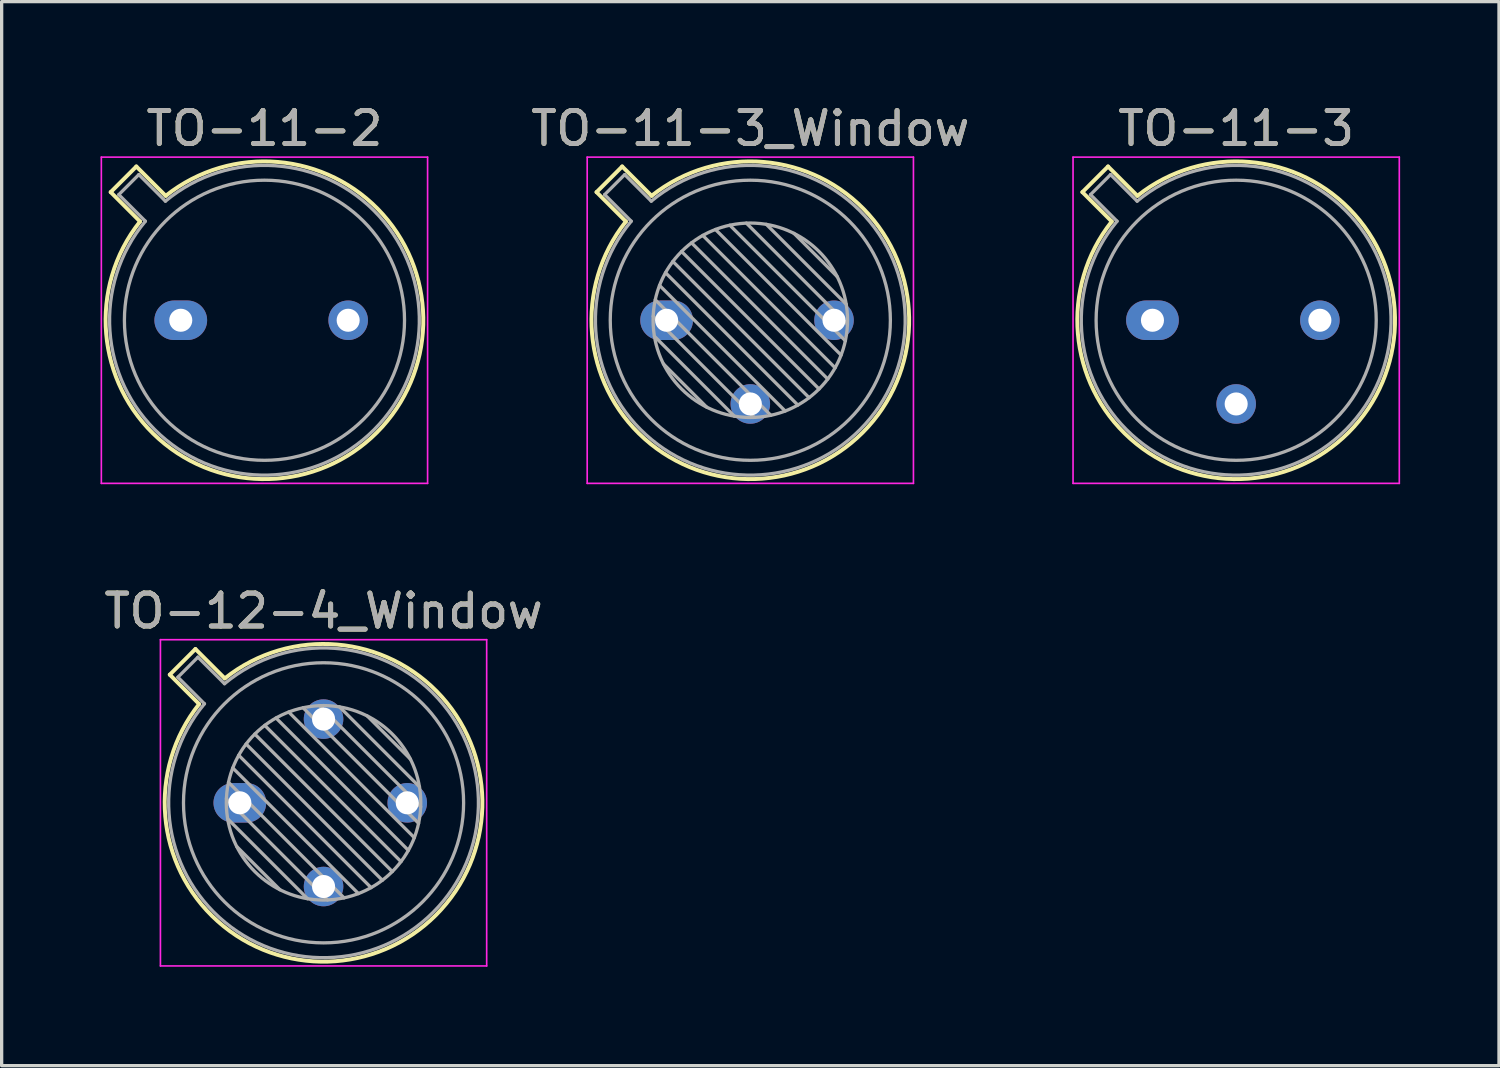
<source format=kicad_pcb>
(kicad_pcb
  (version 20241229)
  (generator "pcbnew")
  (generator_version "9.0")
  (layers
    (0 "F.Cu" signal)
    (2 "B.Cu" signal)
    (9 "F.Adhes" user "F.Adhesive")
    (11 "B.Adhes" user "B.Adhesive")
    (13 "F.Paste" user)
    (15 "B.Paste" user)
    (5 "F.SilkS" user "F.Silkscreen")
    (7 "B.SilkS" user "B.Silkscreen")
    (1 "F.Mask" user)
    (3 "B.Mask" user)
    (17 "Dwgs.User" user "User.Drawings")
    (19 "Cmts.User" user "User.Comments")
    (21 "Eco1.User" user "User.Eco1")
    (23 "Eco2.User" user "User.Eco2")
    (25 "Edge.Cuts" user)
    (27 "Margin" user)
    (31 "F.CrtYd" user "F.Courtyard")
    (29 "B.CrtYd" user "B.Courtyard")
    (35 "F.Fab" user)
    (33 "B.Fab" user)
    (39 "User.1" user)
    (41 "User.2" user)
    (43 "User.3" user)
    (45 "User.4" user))
  (footprint "TO-11-2"
    (layer "F.Cu")
    (at 2.435 6.668)
    (property "Reference" "TO-11-2" (at 2.54 -5.82 0) (layer "F.SilkS") (effects (font (size 1 1) (thickness 0.15))))
    (attr through_hole)
    (fp_line (start -2.126 -3.888) (end -1.235 -2.997) (stroke (width 0.12) (type solid)) (layer "F.SilkS"))
    (fp_line (start -1.348 -4.666) (end -2.126 -3.888) (stroke (width 0.12) (type solid)) (layer "F.SilkS"))
    (fp_line (start -0.457 -3.775) (end -1.348 -4.666) (stroke (width 0.12) (type solid)) (layer "F.SilkS"))
    (fp_arc (start -0.457084 -3.774902) (mid 5.948125 3.408384) (end -1.234674 -2.997371) (stroke (width 0.12) (type solid)) (layer "F.SilkS"))
    (fp_line (start -2.41 -4.95) (end -2.41 4.95) (stroke (width 0.05) (type solid)) (layer "F.CrtYd"))
    (fp_line (start -2.41 4.95) (end 7.49 4.95) (stroke (width 0.05) (type solid)) (layer "F.CrtYd"))
    (fp_line (start 7.49 -4.95) (end -2.41 -4.95) (stroke (width 0.05) (type solid)) (layer "F.CrtYd"))
    (fp_line (start 7.49 4.95) (end 7.49 -4.95) (stroke (width 0.05) (type solid)) (layer "F.CrtYd"))
    (fp_line (start -1.88 -3.812) (end -1.074 -3.005) (stroke (width 0.1) (type solid)) (layer "F.Fab"))
    (fp_line (start -1.272 -4.42) (end -1.88 -3.812) (stroke (width 0.1) (type solid)) (layer "F.Fab"))
    (fp_line (start -0.465 -3.614) (end -1.272 -4.42) (stroke (width 0.1) (type solid)) (layer "F.Fab"))
    (fp_arc (start -0.465408 -3.61352) (mid 5.863443 3.323361) (end -1.073594 -3.005319) (stroke (width 0.1) (type solid)) (layer "F.Fab"))
    (fp_circle (center 2.54 0) (end 6.79 0) (stroke (width 0.1) (type solid)) (fill no) (layer "F.Fab"))
    (fp_text user "${REFERENCE}" (at 2.54 -5.82 0) (layer "F.Fab") (effects (font (size 1 1) (thickness 0.15))))
    (pad "1" thru_hole oval (at 0 0) (size 1.6 1.2) (drill 0.7) (layers "*.Cu" "*.Mask"))
    (pad "2" thru_hole oval (at 5.08 0) (size 1.2 1.2) (drill 0.7) (layers "*.Cu" "*.Mask")))
  (footprint "TO-11-3"
    (layer "F.Cu")
    (at 31.921 6.668)
    (property "Reference" "TO-11-3" (at 2.54 -5.82 0) (layer "F.SilkS") (effects (font (size 1 1) (thickness 0.15))))
    (attr through_hole)
    (fp_line (start -2.126 -3.888) (end -1.235 -2.997) (stroke (width 0.12) (type solid)) (layer "F.SilkS"))
    (fp_line (start -1.348 -4.666) (end -2.126 -3.888) (stroke (width 0.12) (type solid)) (layer "F.SilkS"))
    (fp_line (start -0.457 -3.775) (end -1.348 -4.666) (stroke (width 0.12) (type solid)) (layer "F.SilkS"))
    (fp_arc (start -0.457084 -3.774902) (mid 5.948125 3.408384) (end -1.234674 -2.997371) (stroke (width 0.12) (type solid)) (layer "F.SilkS"))
    (fp_line (start -2.41 -4.95) (end -2.41 4.95) (stroke (width 0.05) (type solid)) (layer "F.CrtYd"))
    (fp_line (start -2.41 4.95) (end 7.49 4.95) (stroke (width 0.05) (type solid)) (layer "F.CrtYd"))
    (fp_line (start 7.49 -4.95) (end -2.41 -4.95) (stroke (width 0.05) (type solid)) (layer "F.CrtYd"))
    (fp_line (start 7.49 4.95) (end 7.49 -4.95) (stroke (width 0.05) (type solid)) (layer "F.CrtYd"))
    (fp_line (start -1.88 -3.812) (end -1.074 -3.005) (stroke (width 0.1) (type solid)) (layer "F.Fab"))
    (fp_line (start -1.272 -4.42) (end -1.88 -3.812) (stroke (width 0.1) (type solid)) (layer "F.Fab"))
    (fp_line (start -0.465 -3.614) (end -1.272 -4.42) (stroke (width 0.1) (type solid)) (layer "F.Fab"))
    (fp_arc (start -0.465408 -3.61352) (mid 5.863443 3.323361) (end -1.073594 -3.005319) (stroke (width 0.1) (type solid)) (layer "F.Fab"))
    (fp_circle (center 2.54 0) (end 6.79 0) (stroke (width 0.1) (type solid)) (fill no) (layer "F.Fab"))
    (fp_text user "${REFERENCE}" (at 2.54 -5.82 0) (layer "F.Fab") (effects (font (size 1 1) (thickness 0.15))))
    (pad "1" thru_hole oval (at 0 0) (size 1.6 1.2) (drill 0.7) (layers "*.Cu" "*.Mask"))
    (pad "2" thru_hole oval (at 2.54 2.54) (size 1.2 1.2) (drill 0.7) (layers "*.Cu" "*.Mask"))
    (pad "3" thru_hole oval (at 5.08 0) (size 1.2 1.2) (drill 0.7) (layers "*.Cu" "*.Mask")))
  (footprint "TO-12-4_Window"
    (layer "F.Cu")
    (at 4.228 21.311)
    (property "Reference" "TO-12-4_Window" (at 2.54 -5.82 0) (layer "F.SilkS") (effects (font (size 1 1) (thickness 0.15))))
    (attr through_hole)
    (fp_line (start -2.126 -3.888) (end -1.235 -2.997) (stroke (width 0.12) (type solid)) (layer "F.SilkS"))
    (fp_line (start -1.348 -4.666) (end -2.126 -3.888) (stroke (width 0.12) (type solid)) (layer "F.SilkS"))
    (fp_line (start -0.457 -3.775) (end -1.348 -4.666) (stroke (width 0.12) (type solid)) (layer "F.SilkS"))
    (fp_arc (start -0.457084 -3.774902) (mid 5.948125 3.408384) (end -1.234674 -2.997371) (stroke (width 0.12) (type solid)) (layer "F.SilkS"))
    (fp_line (start -2.41 -4.95) (end -2.41 4.95) (stroke (width 0.05) (type solid)) (layer "F.CrtYd"))
    (fp_line (start -2.41 4.95) (end 7.49 4.95) (stroke (width 0.05) (type solid)) (layer "F.CrtYd"))
    (fp_line (start 7.49 -4.95) (end -2.41 -4.95) (stroke (width 0.05) (type solid)) (layer "F.CrtYd"))
    (fp_line (start 7.49 4.95) (end 7.49 -4.95) (stroke (width 0.05) (type solid)) (layer "F.CrtYd"))
    (fp_line (start -1.88 -3.812) (end -1.074 -3.005) (stroke (width 0.1) (type solid)) (layer "F.Fab"))
    (fp_line (start -1.272 -4.42) (end -1.88 -3.812) (stroke (width 0.1) (type solid)) (layer "F.Fab"))
    (fp_line (start -0.465 -3.614) (end -1.272 -4.42) (stroke (width 0.1) (type solid)) (layer "F.Fab"))
    (fp_line (start -0.408 -0.12) (end 2.66 2.948) (stroke (width 0.1) (type solid)) (layer "F.Fab"))
    (fp_line (start -0.371 0.485) (end 2.055 2.911) (stroke (width 0.1) (type solid)) (layer "F.Fab"))
    (fp_line (start -0.344 -0.622) (end 3.162 2.884) (stroke (width 0.1) (type solid)) (layer "F.Fab"))
    (fp_line (start -0.215 -1.058) (end 3.598 2.755) (stroke (width 0.1) (type solid)) (layer "F.Fab"))
    (fp_line (start -0.097 1.324) (end 1.216 2.637) (stroke (width 0.1) (type solid)) (layer "F.Fab"))
    (fp_line (start -0.034 -1.443) (end 3.983 2.574) (stroke (width 0.1) (type solid)) (layer "F.Fab"))
    (fp_line (start 0.19 -1.784) (end 4.324 2.35) (stroke (width 0.1) (type solid)) (layer "F.Fab"))
    (fp_line (start 0.454 -2.086) (end 4.626 2.086) (stroke (width 0.1) (type solid)) (layer "F.Fab"))
    (fp_line (start 0.756 -2.35) (end 4.89 1.784) (stroke (width 0.1) (type solid)) (layer "F.Fab"))
    (fp_line (start 1.097 -2.574) (end 5.114 1.443) (stroke (width 0.1) (type solid)) (layer "F.Fab"))
    (fp_line (start 1.482 -2.755) (end 5.295 1.058) (stroke (width 0.1) (type solid)) (layer "F.Fab"))
    (fp_line (start 1.918 -2.884) (end 5.424 0.622) (stroke (width 0.1) (type solid)) (layer "F.Fab"))
    (fp_line (start 2.42 -2.948) (end 5.488 0.12) (stroke (width 0.1) (type solid)) (layer "F.Fab"))
    (fp_line (start 3.025 -2.911) (end 5.451 -0.485) (stroke (width 0.1) (type solid)) (layer "F.Fab"))
    (fp_line (start 3.864 -2.637) (end 5.177 -1.324) (stroke (width 0.1) (type solid)) (layer "F.Fab"))
    (fp_arc (start -0.465408 -3.61352) (mid 5.863443 3.323361) (end -1.073594 -3.005319) (stroke (width 0.1) (type solid)) (layer "F.Fab"))
    (fp_circle (center 2.54 0) (end 5.49 0) (stroke (width 0.1) (type solid)) (fill no) (layer "F.Fab"))
    (fp_circle (center 2.54 0) (end 6.79 0) (stroke (width 0.1) (type solid)) (fill no) (layer "F.Fab"))
    (fp_text user "${REFERENCE}" (at 2.54 -5.82 0) (layer "F.Fab") (effects (font (size 1 1) (thickness 0.15))))
    (pad "1" thru_hole oval (at 0 0) (size 1.6 1.2) (drill 0.7) (layers "*.Cu" "*.Mask"))
    (pad "2" thru_hole oval (at 2.54 2.54) (size 1.2 1.2) (drill 0.7) (layers "*.Cu" "*.Mask"))
    (pad "3" thru_hole oval (at 5.08 0) (size 1.2 1.2) (drill 0.7) (layers "*.Cu" "*.Mask"))
    (pad "4" thru_hole oval (at 2.54 -2.54) (size 1.2 1.2) (drill 0.7) (layers "*.Cu" "*.Mask")))
  (footprint "TO-11-3_Window"
    (layer "F.Cu")
    (at 17.178 6.668)
    (property "Reference" "TO-11-3_Window" (at 2.54 -5.82 0) (layer "F.SilkS") (effects (font (size 1 1) (thickness 0.15))))
    (attr through_hole)
    (fp_line (start -2.126 -3.888) (end -1.235 -2.997) (stroke (width 0.12) (type solid)) (layer "F.SilkS"))
    (fp_line (start -1.348 -4.666) (end -2.126 -3.888) (stroke (width 0.12) (type solid)) (layer "F.SilkS"))
    (fp_line (start -0.457 -3.775) (end -1.348 -4.666) (stroke (width 0.12) (type solid)) (layer "F.SilkS"))
    (fp_arc (start -0.457084 -3.774902) (mid 5.948125 3.408384) (end -1.234674 -2.997371) (stroke (width 0.12) (type solid)) (layer "F.SilkS"))
    (fp_line (start -2.41 -4.95) (end -2.41 4.95) (stroke (width 0.05) (type solid)) (layer "F.CrtYd"))
    (fp_line (start -2.41 4.95) (end 7.49 4.95) (stroke (width 0.05) (type solid)) (layer "F.CrtYd"))
    (fp_line (start 7.49 -4.95) (end -2.41 -4.95) (stroke (width 0.05) (type solid)) (layer "F.CrtYd"))
    (fp_line (start 7.49 4.95) (end 7.49 -4.95) (stroke (width 0.05) (type solid)) (layer "F.CrtYd"))
    (fp_line (start -1.88 -3.812) (end -1.074 -3.005) (stroke (width 0.1) (type solid)) (layer "F.Fab"))
    (fp_line (start -1.272 -4.42) (end -1.88 -3.812) (stroke (width 0.1) (type solid)) (layer "F.Fab"))
    (fp_line (start -0.465 -3.614) (end -1.272 -4.42) (stroke (width 0.1) (type solid)) (layer "F.Fab"))
    (fp_line (start -0.408 -0.12) (end 2.66 2.948) (stroke (width 0.1) (type solid)) (layer "F.Fab"))
    (fp_line (start -0.371 0.485) (end 2.055 2.911) (stroke (width 0.1) (type solid)) (layer "F.Fab"))
    (fp_line (start -0.344 -0.622) (end 3.162 2.884) (stroke (width 0.1) (type solid)) (layer "F.Fab"))
    (fp_line (start -0.215 -1.058) (end 3.598 2.755) (stroke (width 0.1) (type solid)) (layer "F.Fab"))
    (fp_line (start -0.097 1.324) (end 1.216 2.637) (stroke (width 0.1) (type solid)) (layer "F.Fab"))
    (fp_line (start -0.034 -1.443) (end 3.983 2.574) (stroke (width 0.1) (type solid)) (layer "F.Fab"))
    (fp_line (start 0.19 -1.784) (end 4.324 2.35) (stroke (width 0.1) (type solid)) (layer "F.Fab"))
    (fp_line (start 0.454 -2.086) (end 4.626 2.086) (stroke (width 0.1) (type solid)) (layer "F.Fab"))
    (fp_line (start 0.756 -2.35) (end 4.89 1.784) (stroke (width 0.1) (type solid)) (layer "F.Fab"))
    (fp_line (start 1.097 -2.574) (end 5.114 1.443) (stroke (width 0.1) (type solid)) (layer "F.Fab"))
    (fp_line (start 1.482 -2.755) (end 5.295 1.058) (stroke (width 0.1) (type solid)) (layer "F.Fab"))
    (fp_line (start 1.918 -2.884) (end 5.424 0.622) (stroke (width 0.1) (type solid)) (layer "F.Fab"))
    (fp_line (start 2.42 -2.948) (end 5.488 0.12) (stroke (width 0.1) (type solid)) (layer "F.Fab"))
    (fp_line (start 3.025 -2.911) (end 5.451 -0.485) (stroke (width 0.1) (type solid)) (layer "F.Fab"))
    (fp_line (start 3.864 -2.637) (end 5.177 -1.324) (stroke (width 0.1) (type solid)) (layer "F.Fab"))
    (fp_arc (start -0.465408 -3.61352) (mid 5.863443 3.323361) (end -1.073594 -3.005319) (stroke (width 0.1) (type solid)) (layer "F.Fab"))
    (fp_circle (center 2.54 0) (end 5.49 0) (stroke (width 0.1) (type solid)) (fill no) (layer "F.Fab"))
    (fp_circle (center 2.54 0) (end 6.79 0) (stroke (width 0.1) (type solid)) (fill no) (layer "F.Fab"))
    (fp_text user "${REFERENCE}" (at 2.54 -5.82 0) (layer "F.Fab") (effects (font (size 1 1) (thickness 0.15))))
    (pad "1" thru_hole oval (at 0 0) (size 1.6 1.2) (drill 0.7) (layers "*.Cu" "*.Mask"))
    (pad "2" thru_hole oval (at 2.54 2.54) (size 1.2 1.2) (drill 0.7) (layers "*.Cu" "*.Mask"))
    (pad "3" thru_hole oval (at 5.08 0) (size 1.2 1.2) (drill 0.7) (layers "*.Cu" "*.Mask")))
  (gr_rect
    (start -3 -3)
    (end 42.436 29.287)
    (stroke (width 0.1) (type default))
    (fill no)
    (layer "Edge.Cuts")))
</source>
